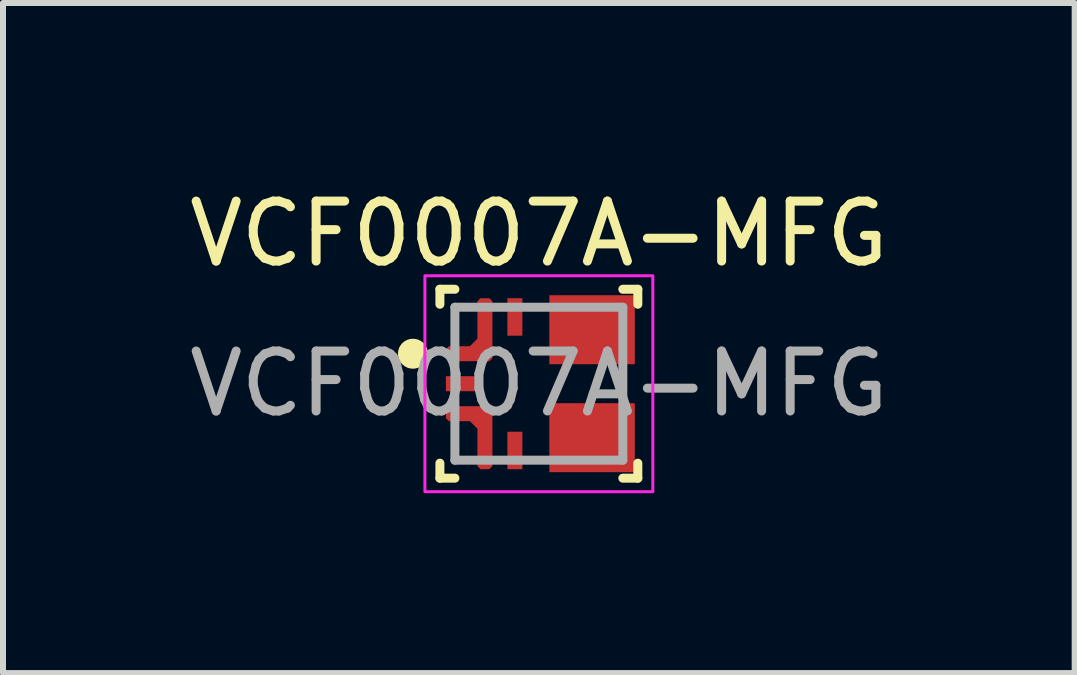
<source format=kicad_pcb>
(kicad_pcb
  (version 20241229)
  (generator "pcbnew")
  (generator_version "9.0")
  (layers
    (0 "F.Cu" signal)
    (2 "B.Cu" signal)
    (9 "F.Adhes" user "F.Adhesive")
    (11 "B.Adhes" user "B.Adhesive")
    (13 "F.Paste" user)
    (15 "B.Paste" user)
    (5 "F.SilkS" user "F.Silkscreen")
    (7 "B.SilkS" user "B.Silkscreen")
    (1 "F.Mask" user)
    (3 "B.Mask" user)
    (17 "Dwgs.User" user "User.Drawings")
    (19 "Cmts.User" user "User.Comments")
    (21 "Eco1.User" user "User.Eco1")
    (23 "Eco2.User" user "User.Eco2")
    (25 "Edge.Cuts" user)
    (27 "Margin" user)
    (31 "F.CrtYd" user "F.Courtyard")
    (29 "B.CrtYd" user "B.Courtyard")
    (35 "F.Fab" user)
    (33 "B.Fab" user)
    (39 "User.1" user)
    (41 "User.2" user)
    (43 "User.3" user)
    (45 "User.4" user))
  (footprint "VCF0007A-MFG"
    (layer "F.Cu")
    (at 5.935 3.348)
    (property "Reference" "VCF0007A-MFG" (at 0 -2.5 0) (unlocked yes) (layer "F.SilkS") (effects (font (size 1 1) (thickness 0.15))))
    (attr smd)
    (fp_poly (pts (xy 1.55 -0.425) (xy 1.5 -0.375) (xy 0.275 -0.375) (xy 0.225 -0.425) (xy 0.225 -1.375) (xy 0.275 -1.425) (xy 0.425 -1.425) (xy 0.475 -1.375) (xy 0.475 -0.85) (xy 0.525 -0.8) (xy 0.675 -0.8) (xy 0.725 -0.85) (xy 0.725 -1.375) (xy 0.775 -1.425) (xy 0.925 -1.425) (xy 0.975 -1.375) (xy 0.975 -0.675) (xy 1.025 -0.625) (xy 1.5 -0.625) (xy 1.55 -0.575)) (stroke (width 0) (type solid)) (fill yes) (layer "F.Mask"))
    (fp_poly (pts (xy 1.55 0.425) (xy 1.5 0.375) (xy 0.275 0.375) (xy 0.225 0.425) (xy 0.225 1.375) (xy 0.275 1.425) (xy 0.425 1.425) (xy 0.475 1.375) (xy 0.475 0.85) (xy 0.525 0.8) (xy 0.675 0.8) (xy 0.725 0.85) (xy 0.725 1.375) (xy 0.775 1.425) (xy 0.925 1.425) (xy 0.975 1.375) (xy 0.975 0.675) (xy 1.025 0.625) (xy 1.5 0.625) (xy 1.55 0.575)) (stroke (width 0) (type solid)) (fill yes) (layer "F.Mask"))
    (fp_line (start -1.65 -1.575) (end -1.4 -1.575) (stroke (width 0.15) (type solid)) (layer "F.SilkS"))
    (fp_line (start -1.65 -1.325) (end -1.65 -1.575) (stroke (width 0.15) (type solid)) (layer "F.SilkS"))
    (fp_line (start -1.65 1.575) (end -1.65 1.325) (stroke (width 0.15) (type solid)) (layer "F.SilkS"))
    (fp_line (start -1.65 1.575) (end -1.4 1.575) (stroke (width 0.15) (type solid)) (layer "F.SilkS"))
    (fp_line (start 1.4 -1.575) (end 1.65 -1.575) (stroke (width 0.15) (type solid)) (layer "F.SilkS"))
    (fp_line (start 1.4 1.575) (end 1.65 1.575) (stroke (width 0.15) (type solid)) (layer "F.SilkS"))
    (fp_line (start 1.65 -1.325) (end 1.65 -1.575) (stroke (width 0.15) (type solid)) (layer "F.SilkS"))
    (fp_line (start 1.65 1.575) (end 1.65 1.325) (stroke (width 0.15) (type solid)) (layer "F.SilkS"))
    (fp_circle (center -2.1 -0.5) (end -1.975 -0.5) (stroke (width 0.25) (type solid)) (fill no) (layer "F.SilkS"))
    (fp_poly (pts (xy 1.55 -0.425) (xy 1.5 -0.375) (xy 0.275 -0.375) (xy 0.225 -0.425) (xy 0.225 -1.375) (xy 0.275 -1.425) (xy 0.425 -1.425) (xy 0.475 -1.375) (xy 0.475 -0.85) (xy 0.525 -0.8) (xy 0.675 -0.8) (xy 0.725 -0.85) (xy 0.725 -1.375) (xy 0.775 -1.425) (xy 0.925 -1.425) (xy 0.975 -1.375) (xy 0.975 -0.675) (xy 1.025 -0.625) (xy 1.5 -0.625) (xy 1.55 -0.575)) (stroke (width 0) (type solid)) (fill yes) (layer "F.Paste"))
    (fp_poly (pts (xy 1.55 0.425) (xy 1.5 0.375) (xy 0.275 0.375) (xy 0.225 0.425) (xy 0.225 1.375) (xy 0.275 1.425) (xy 0.425 1.425) (xy 0.475 1.375) (xy 0.475 0.85) (xy 0.525 0.8) (xy 0.675 0.8) (xy 0.725 0.85) (xy 0.725 1.375) (xy 0.775 1.425) (xy 0.925 1.425) (xy 0.975 1.375) (xy 0.975 0.675) (xy 1.025 0.625) (xy 1.5 0.625) (xy 1.55 0.575)) (stroke (width 0) (type solid)) (fill yes) (layer "F.Paste"))
    (fp_rect (start -1.9 -1.8) (end 1.9 1.8) (stroke (width 0.05) (type default)) (fill no) (layer "F.CrtYd"))
    (fp_line (start -1.4 -1.275) (end 1.4 -1.275) (stroke (width 0.15) (type solid)) (layer "F.Fab"))
    (fp_line (start -1.4 1.275) (end -1.4 -1.275) (stroke (width 0.15) (type solid)) (layer "F.Fab"))
    (fp_line (start -1.4 1.275) (end 1.4 1.275) (stroke (width 0.15) (type solid)) (layer "F.Fab"))
    (fp_line (start 1.4 1.275) (end 1.4 -1.275) (stroke (width 0.15) (type solid)) (layer "F.Fab"))
    (fp_text user "${REFERENCE}" (at 0 0 0) (unlocked yes) (layer "F.Fab") (effects (font (size 1 1) (thickness 0.15))))
    (pad "1" smd custom (at -0.92 -0.52) (size 0.262 0.262) (layers "F.Cu" "F.Mask" "F.Paste") (options (anchor circle)) (primitives (gr_poly (pts (xy -0.58 0.145) (xy -0.63 0.095) (xy -0.63 -0.055) (xy -0.58 -0.105) (xy -0.23 -0.105) (xy -0.105 -0.23) (xy -0.105 -0.855) (xy -0.055 -0.905) (xy 0.095 -0.905) (xy 0.145 -0.855) (xy 0.145 0.095) (xy 0.095 0.145)) (width 0) (fill yes))))
    (pad "2" smd rect (at -1.238 0) (size 0.625 0.25) (layers "F.Cu" "F.Mask" "F.Paste"))
    (pad "3" smd custom (at -0.92 0.602) (size 0.262 0.262) (layers "F.Cu" "F.Mask" "F.Paste") (options (anchor circle)) (primitives (gr_poly (pts (xy -0.58 -0.227) (xy -0.63 -0.177) (xy -0.63 -0.027) (xy -0.58 0.023) (xy -0.23 0.023) (xy -0.105 0.148) (xy -0.105 0.773) (xy -0.055 0.823) (xy 0.095 0.823) (xy 0.145 0.773) (xy 0.145 -0.177) (xy 0.095 -0.227)) (width 0) (fill yes))))
    (pad "4" smd rect (at -0.4 1.113 90) (size 0.625 0.25) (layers "F.Cu" "F.Mask" "F.Paste"))
    (pad "5" smd rect (at 0.887 0.9) (size 1.425 1.15) (layers "F.Cu"))
    (pad "6" smd rect (at 0.887 -0.9) (size 1.425 1.15) (layers "F.Cu"))
    (pad "7" smd rect (at -0.4 -1.113 90) (size 0.625 0.25) (layers "F.Cu" "F.Mask" "F.Paste")))
  (gr_rect
    (start -3 -3)
    (end 14.869 8.173)
    (stroke (width 0.1) (type default))
    (fill no)
    (layer "Edge.Cuts")))
</source>
